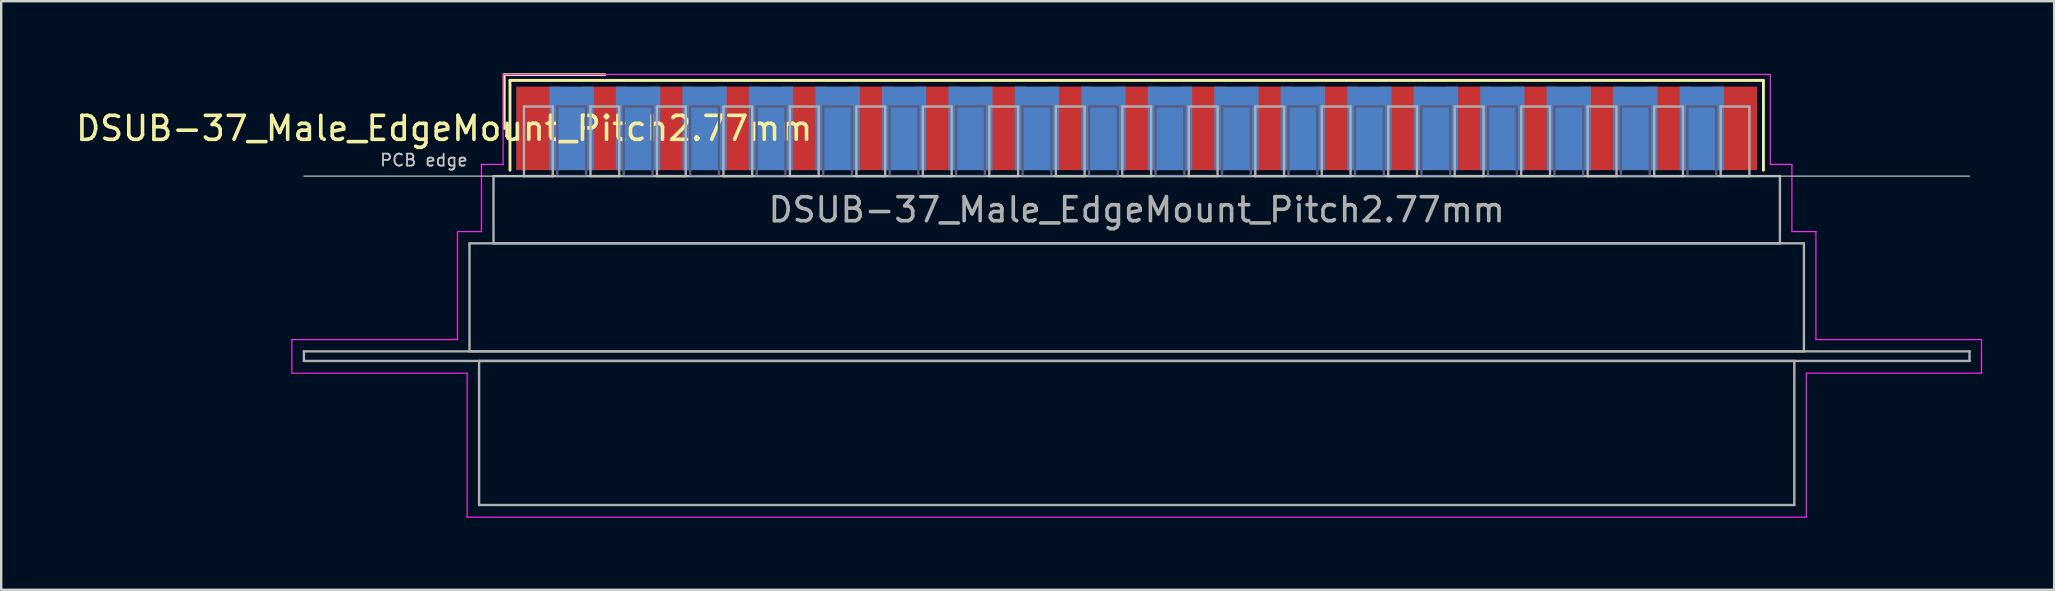
<source format=kicad_pcb>
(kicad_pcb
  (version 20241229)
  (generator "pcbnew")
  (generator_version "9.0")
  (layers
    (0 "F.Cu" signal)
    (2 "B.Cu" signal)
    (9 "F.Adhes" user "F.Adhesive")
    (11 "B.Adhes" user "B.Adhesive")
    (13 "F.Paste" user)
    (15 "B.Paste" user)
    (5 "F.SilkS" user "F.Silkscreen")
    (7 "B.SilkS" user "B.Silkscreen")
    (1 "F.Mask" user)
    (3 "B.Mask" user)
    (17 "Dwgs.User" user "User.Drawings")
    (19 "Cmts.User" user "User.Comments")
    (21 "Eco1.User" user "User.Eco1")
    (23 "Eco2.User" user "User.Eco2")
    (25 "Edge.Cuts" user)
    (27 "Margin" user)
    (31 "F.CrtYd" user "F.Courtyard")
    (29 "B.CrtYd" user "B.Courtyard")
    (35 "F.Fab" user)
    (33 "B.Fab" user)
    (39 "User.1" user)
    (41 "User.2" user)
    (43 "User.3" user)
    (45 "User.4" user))
  (footprint "DSUB-37_Male_EdgeMount_Pitch2.77mm"
    (layer "F.Cu")
    (at 44.312 2.3)
    (property "Reference" "DSUB-37_Male_EdgeMount_Pitch2.77mm" (at -28.853 0 0) (layer "F.SilkS") (effects (font (size 1 1) (thickness 0.15))))
    (attr smd)
    (fp_line (start -26.353 -2.24) (end -22.16 -2.24) (stroke (width 0.12) (type solid)) (layer "F.SilkS"))
    (fp_line (start -26.353 0) (end -26.353 -2.24) (stroke (width 0.12) (type solid)) (layer "F.SilkS"))
    (fp_line (start -26.113 -2) (end -26.113 1.74) (stroke (width 0.12) (type solid)) (layer "F.SilkS"))
    (fp_line (start 26.113 -2) (end -26.113 -2) (stroke (width 0.12) (type solid)) (layer "F.SilkS"))
    (fp_line (start 26.113 1.74) (end 26.113 -2) (stroke (width 0.12) (type solid)) (layer "F.SilkS"))
    (fp_line (start -34.7 1.99) (end 34.7 1.99) (stroke (width 0.05) (type solid)) (layer "Dwgs.User"))
    (fp_line (start -35.2 8.8) (end -28.3 8.8) (stroke (width 0.05) (type solid)) (layer "F.CrtYd"))
    (fp_line (start -35.2 10.2) (end -35.2 8.8) (stroke (width 0.05) (type solid)) (layer "F.CrtYd"))
    (fp_line (start -28.3 4.3) (end -27.3 4.3) (stroke (width 0.05) (type solid)) (layer "F.CrtYd"))
    (fp_line (start -28.3 8.8) (end -28.3 4.3) (stroke (width 0.05) (type solid)) (layer "F.CrtYd"))
    (fp_line (start -27.9 10.2) (end -35.2 10.2) (stroke (width 0.05) (type solid)) (layer "F.CrtYd"))
    (fp_line (start -27.9 16.2) (end -27.9 10.2) (stroke (width 0.05) (type solid)) (layer "F.CrtYd"))
    (fp_line (start -27.3 1.5) (end -26.4 1.5) (stroke (width 0.05) (type solid)) (layer "F.CrtYd"))
    (fp_line (start -27.3 4.3) (end -27.3 1.5) (stroke (width 0.05) (type solid)) (layer "F.CrtYd"))
    (fp_line (start -26.4 -2.25) (end 26.4 -2.25) (stroke (width 0.05) (type solid)) (layer "F.CrtYd"))
    (fp_line (start -26.4 1.5) (end -26.4 -2.25) (stroke (width 0.05) (type solid)) (layer "F.CrtYd"))
    (fp_line (start 26.4 -2.25) (end 26.4 1.5) (stroke (width 0.05) (type solid)) (layer "F.CrtYd"))
    (fp_line (start 26.4 1.5) (end 27.3 1.5) (stroke (width 0.05) (type solid)) (layer "F.CrtYd"))
    (fp_line (start 27.3 1.5) (end 27.3 4.3) (stroke (width 0.05) (type solid)) (layer "F.CrtYd"))
    (fp_line (start 27.3 4.3) (end 28.3 4.3) (stroke (width 0.05) (type solid)) (layer "F.CrtYd"))
    (fp_line (start 27.9 10.2) (end 27.9 16.2) (stroke (width 0.05) (type solid)) (layer "F.CrtYd"))
    (fp_line (start 27.9 16.2) (end -27.9 16.2) (stroke (width 0.05) (type solid)) (layer "F.CrtYd"))
    (fp_line (start 28.3 4.3) (end 28.3 8.8) (stroke (width 0.05) (type solid)) (layer "F.CrtYd"))
    (fp_line (start 28.3 8.8) (end 35.2 8.8) (stroke (width 0.05) (type solid)) (layer "F.CrtYd"))
    (fp_line (start 35.2 8.8) (end 35.2 10.2) (stroke (width 0.05) (type solid)) (layer "F.CrtYd"))
    (fp_line (start 35.2 10.2) (end 27.9 10.2) (stroke (width 0.05) (type solid)) (layer "F.CrtYd"))
    (fp_line (start -24.145 -0.91) (end -24.145 1.99) (stroke (width 0.1) (type solid)) (layer "B.Fab"))
    (fp_line (start -24.145 1.99) (end -22.945 1.99) (stroke (width 0.1) (type solid)) (layer "B.Fab"))
    (fp_line (start -22.945 -0.91) (end -24.145 -0.91) (stroke (width 0.1) (type solid)) (layer "B.Fab"))
    (fp_line (start -22.945 1.99) (end -22.945 -0.91) (stroke (width 0.1) (type solid)) (layer "B.Fab"))
    (fp_line (start -21.375 -0.91) (end -21.375 1.99) (stroke (width 0.1) (type solid)) (layer "B.Fab"))
    (fp_line (start -21.375 1.99) (end -20.175 1.99) (stroke (width 0.1) (type solid)) (layer "B.Fab"))
    (fp_line (start -20.175 -0.91) (end -21.375 -0.91) (stroke (width 0.1) (type solid)) (layer "B.Fab"))
    (fp_line (start -20.175 1.99) (end -20.175 -0.91) (stroke (width 0.1) (type solid)) (layer "B.Fab"))
    (fp_line (start -18.605 -0.91) (end -18.605 1.99) (stroke (width 0.1) (type solid)) (layer "B.Fab"))
    (fp_line (start -18.605 1.99) (end -17.405 1.99) (stroke (width 0.1) (type solid)) (layer "B.Fab"))
    (fp_line (start -17.405 -0.91) (end -18.605 -0.91) (stroke (width 0.1) (type solid)) (layer "B.Fab"))
    (fp_line (start -17.405 1.99) (end -17.405 -0.91) (stroke (width 0.1) (type solid)) (layer "B.Fab"))
    (fp_line (start -15.835 -0.91) (end -15.835 1.99) (stroke (width 0.1) (type solid)) (layer "B.Fab"))
    (fp_line (start -15.835 1.99) (end -14.635 1.99) (stroke (width 0.1) (type solid)) (layer "B.Fab"))
    (fp_line (start -14.635 -0.91) (end -15.835 -0.91) (stroke (width 0.1) (type solid)) (layer "B.Fab"))
    (fp_line (start -14.635 1.99) (end -14.635 -0.91) (stroke (width 0.1) (type solid)) (layer "B.Fab"))
    (fp_line (start -13.065 -0.91) (end -13.065 1.99) (stroke (width 0.1) (type solid)) (layer "B.Fab"))
    (fp_line (start -13.065 1.99) (end -11.865 1.99) (stroke (width 0.1) (type solid)) (layer "B.Fab"))
    (fp_line (start -11.865 -0.91) (end -13.065 -0.91) (stroke (width 0.1) (type solid)) (layer "B.Fab"))
    (fp_line (start -11.865 1.99) (end -11.865 -0.91) (stroke (width 0.1) (type solid)) (layer "B.Fab"))
    (fp_line (start -10.295 -0.91) (end -10.295 1.99) (stroke (width 0.1) (type solid)) (layer "B.Fab"))
    (fp_line (start -10.295 1.99) (end -9.095 1.99) (stroke (width 0.1) (type solid)) (layer "B.Fab"))
    (fp_line (start -9.095 -0.91) (end -10.295 -0.91) (stroke (width 0.1) (type solid)) (layer "B.Fab"))
    (fp_line (start -9.095 1.99) (end -9.095 -0.91) (stroke (width 0.1) (type solid)) (layer "B.Fab"))
    (fp_line (start -7.525 -0.91) (end -7.525 1.99) (stroke (width 0.1) (type solid)) (layer "B.Fab"))
    (fp_line (start -7.525 1.99) (end -6.325 1.99) (stroke (width 0.1) (type solid)) (layer "B.Fab"))
    (fp_line (start -6.325 -0.91) (end -7.525 -0.91) (stroke (width 0.1) (type solid)) (layer "B.Fab"))
    (fp_line (start -6.325 1.99) (end -6.325 -0.91) (stroke (width 0.1) (type solid)) (layer "B.Fab"))
    (fp_line (start -4.755 -0.91) (end -4.755 1.99) (stroke (width 0.1) (type solid)) (layer "B.Fab"))
    (fp_line (start -4.755 1.99) (end -3.555 1.99) (stroke (width 0.1) (type solid)) (layer "B.Fab"))
    (fp_line (start -3.555 -0.91) (end -4.755 -0.91) (stroke (width 0.1) (type solid)) (layer "B.Fab"))
    (fp_line (start -3.555 1.99) (end -3.555 -0.91) (stroke (width 0.1) (type solid)) (layer "B.Fab"))
    (fp_line (start -1.985 -0.91) (end -1.985 1.99) (stroke (width 0.1) (type solid)) (layer "B.Fab"))
    (fp_line (start -1.985 1.99) (end -0.785 1.99) (stroke (width 0.1) (type solid)) (layer "B.Fab"))
    (fp_line (start -0.785 -0.91) (end -1.985 -0.91) (stroke (width 0.1) (type solid)) (layer "B.Fab"))
    (fp_line (start -0.785 1.99) (end -0.785 -0.91) (stroke (width 0.1) (type solid)) (layer "B.Fab"))
    (fp_line (start 0.785 -0.91) (end 0.785 1.99) (stroke (width 0.1) (type solid)) (layer "B.Fab"))
    (fp_line (start 0.785 1.99) (end 1.985 1.99) (stroke (width 0.1) (type solid)) (layer "B.Fab"))
    (fp_line (start 1.985 -0.91) (end 0.785 -0.91) (stroke (width 0.1) (type solid)) (layer "B.Fab"))
    (fp_line (start 1.985 1.99) (end 1.985 -0.91) (stroke (width 0.1) (type solid)) (layer "B.Fab"))
    (fp_line (start 3.555 -0.91) (end 3.555 1.99) (stroke (width 0.1) (type solid)) (layer "B.Fab"))
    (fp_line (start 3.555 1.99) (end 4.755 1.99) (stroke (width 0.1) (type solid)) (layer "B.Fab"))
    (fp_line (start 4.755 -0.91) (end 3.555 -0.91) (stroke (width 0.1) (type solid)) (layer "B.Fab"))
    (fp_line (start 4.755 1.99) (end 4.755 -0.91) (stroke (width 0.1) (type solid)) (layer "B.Fab"))
    (fp_line (start 6.325 -0.91) (end 6.325 1.99) (stroke (width 0.1) (type solid)) (layer "B.Fab"))
    (fp_line (start 6.325 1.99) (end 7.525 1.99) (stroke (width 0.1) (type solid)) (layer "B.Fab"))
    (fp_line (start 7.525 -0.91) (end 6.325 -0.91) (stroke (width 0.1) (type solid)) (layer "B.Fab"))
    (fp_line (start 7.525 1.99) (end 7.525 -0.91) (stroke (width 0.1) (type solid)) (layer "B.Fab"))
    (fp_line (start 9.095 -0.91) (end 9.095 1.99) (stroke (width 0.1) (type solid)) (layer "B.Fab"))
    (fp_line (start 9.095 1.99) (end 10.295 1.99) (stroke (width 0.1) (type solid)) (layer "B.Fab"))
    (fp_line (start 10.295 -0.91) (end 9.095 -0.91) (stroke (width 0.1) (type solid)) (layer "B.Fab"))
    (fp_line (start 10.295 1.99) (end 10.295 -0.91) (stroke (width 0.1) (type solid)) (layer "B.Fab"))
    (fp_line (start 11.865 -0.91) (end 11.865 1.99) (stroke (width 0.1) (type solid)) (layer "B.Fab"))
    (fp_line (start 11.865 1.99) (end 13.065 1.99) (stroke (width 0.1) (type solid)) (layer "B.Fab"))
    (fp_line (start 13.065 -0.91) (end 11.865 -0.91) (stroke (width 0.1) (type solid)) (layer "B.Fab"))
    (fp_line (start 13.065 1.99) (end 13.065 -0.91) (stroke (width 0.1) (type solid)) (layer "B.Fab"))
    (fp_line (start 14.635 -0.91) (end 14.635 1.99) (stroke (width 0.1) (type solid)) (layer "B.Fab"))
    (fp_line (start 14.635 1.99) (end 15.835 1.99) (stroke (width 0.1) (type solid)) (layer "B.Fab"))
    (fp_line (start 15.835 -0.91) (end 14.635 -0.91) (stroke (width 0.1) (type solid)) (layer "B.Fab"))
    (fp_line (start 15.835 1.99) (end 15.835 -0.91) (stroke (width 0.1) (type solid)) (layer "B.Fab"))
    (fp_line (start 17.405 -0.91) (end 17.405 1.99) (stroke (width 0.1) (type solid)) (layer "B.Fab"))
    (fp_line (start 17.405 1.99) (end 18.605 1.99) (stroke (width 0.1) (type solid)) (layer "B.Fab"))
    (fp_line (start 18.605 -0.91) (end 17.405 -0.91) (stroke (width 0.1) (type solid)) (layer "B.Fab"))
    (fp_line (start 18.605 1.99) (end 18.605 -0.91) (stroke (width 0.1) (type solid)) (layer "B.Fab"))
    (fp_line (start 20.175 -0.91) (end 20.175 1.99) (stroke (width 0.1) (type solid)) (layer "B.Fab"))
    (fp_line (start 20.175 1.99) (end 21.375 1.99) (stroke (width 0.1) (type solid)) (layer "B.Fab"))
    (fp_line (start 21.375 -0.91) (end 20.175 -0.91) (stroke (width 0.1) (type solid)) (layer "B.Fab"))
    (fp_line (start 21.375 1.99) (end 21.375 -0.91) (stroke (width 0.1) (type solid)) (layer "B.Fab"))
    (fp_line (start 22.945 -0.91) (end 22.945 1.99) (stroke (width 0.1) (type solid)) (layer "B.Fab"))
    (fp_line (start 22.945 1.99) (end 24.145 1.99) (stroke (width 0.1) (type solid)) (layer "B.Fab"))
    (fp_line (start 24.145 -0.91) (end 22.945 -0.91) (stroke (width 0.1) (type solid)) (layer "B.Fab"))
    (fp_line (start 24.145 1.99) (end 24.145 -0.91) (stroke (width 0.1) (type solid)) (layer "B.Fab"))
    (fp_line (start -34.7 9.29) (end -34.7 9.69) (stroke (width 0.1) (type solid)) (layer "F.Fab"))
    (fp_line (start -34.7 9.69) (end 34.7 9.69) (stroke (width 0.1) (type solid)) (layer "F.Fab"))
    (fp_line (start -27.8 4.79) (end -27.8 9.29) (stroke (width 0.1) (type solid)) (layer "F.Fab"))
    (fp_line (start -27.8 9.29) (end 27.8 9.29) (stroke (width 0.1) (type solid)) (layer "F.Fab"))
    (fp_line (start -27.4 9.69) (end -27.4 15.69) (stroke (width 0.1) (type solid)) (layer "F.Fab"))
    (fp_line (start -27.4 15.69) (end 27.4 15.69) (stroke (width 0.1) (type solid)) (layer "F.Fab"))
    (fp_line (start -26.8 1.99) (end -26.8 4.79) (stroke (width 0.1) (type solid)) (layer "F.Fab"))
    (fp_line (start -26.8 4.79) (end 26.8 4.79) (stroke (width 0.1) (type solid)) (layer "F.Fab"))
    (fp_line (start -25.53 -0.91) (end -25.53 1.99) (stroke (width 0.1) (type solid)) (layer "F.Fab"))
    (fp_line (start -25.53 1.99) (end -24.33 1.99) (stroke (width 0.1) (type solid)) (layer "F.Fab"))
    (fp_line (start -24.33 -0.91) (end -25.53 -0.91) (stroke (width 0.1) (type solid)) (layer "F.Fab"))
    (fp_line (start -24.33 1.99) (end -24.33 -0.91) (stroke (width 0.1) (type solid)) (layer "F.Fab"))
    (fp_line (start -22.76 -0.91) (end -22.76 1.99) (stroke (width 0.1) (type solid)) (layer "F.Fab"))
    (fp_line (start -22.76 1.99) (end -21.56 1.99) (stroke (width 0.1) (type solid)) (layer "F.Fab"))
    (fp_line (start -21.56 -0.91) (end -22.76 -0.91) (stroke (width 0.1) (type solid)) (layer "F.Fab"))
    (fp_line (start -21.56 1.99) (end -21.56 -0.91) (stroke (width 0.1) (type solid)) (layer "F.Fab"))
    (fp_line (start -19.99 -0.91) (end -19.99 1.99) (stroke (width 0.1) (type solid)) (layer "F.Fab"))
    (fp_line (start -19.99 1.99) (end -18.79 1.99) (stroke (width 0.1) (type solid)) (layer "F.Fab"))
    (fp_line (start -18.79 -0.91) (end -19.99 -0.91) (stroke (width 0.1) (type solid)) (layer "F.Fab"))
    (fp_line (start -18.79 1.99) (end -18.79 -0.91) (stroke (width 0.1) (type solid)) (layer "F.Fab"))
    (fp_line (start -17.22 -0.91) (end -17.22 1.99) (stroke (width 0.1) (type solid)) (layer "F.Fab"))
    (fp_line (start -17.22 1.99) (end -16.02 1.99) (stroke (width 0.1) (type solid)) (layer "F.Fab"))
    (fp_line (start -16.02 -0.91) (end -17.22 -0.91) (stroke (width 0.1) (type solid)) (layer "F.Fab"))
    (fp_line (start -16.02 1.99) (end -16.02 -0.91) (stroke (width 0.1) (type solid)) (layer "F.Fab"))
    (fp_line (start -14.45 -0.91) (end -14.45 1.99) (stroke (width 0.1) (type solid)) (layer "F.Fab"))
    (fp_line (start -14.45 1.99) (end -13.25 1.99) (stroke (width 0.1) (type solid)) (layer "F.Fab"))
    (fp_line (start -13.25 -0.91) (end -14.45 -0.91) (stroke (width 0.1) (type solid)) (layer "F.Fab"))
    (fp_line (start -13.25 1.99) (end -13.25 -0.91) (stroke (width 0.1) (type solid)) (layer "F.Fab"))
    (fp_line (start -11.68 -0.91) (end -11.68 1.99) (stroke (width 0.1) (type solid)) (layer "F.Fab"))
    (fp_line (start -11.68 1.99) (end -10.48 1.99) (stroke (width 0.1) (type solid)) (layer "F.Fab"))
    (fp_line (start -10.48 -0.91) (end -11.68 -0.91) (stroke (width 0.1) (type solid)) (layer "F.Fab"))
    (fp_line (start -10.48 1.99) (end -10.48 -0.91) (stroke (width 0.1) (type solid)) (layer "F.Fab"))
    (fp_line (start -8.91 -0.91) (end -8.91 1.99) (stroke (width 0.1) (type solid)) (layer "F.Fab"))
    (fp_line (start -8.91 1.99) (end -7.71 1.99) (stroke (width 0.1) (type solid)) (layer "F.Fab"))
    (fp_line (start -7.71 -0.91) (end -8.91 -0.91) (stroke (width 0.1) (type solid)) (layer "F.Fab"))
    (fp_line (start -7.71 1.99) (end -7.71 -0.91) (stroke (width 0.1) (type solid)) (layer "F.Fab"))
    (fp_line (start -6.14 -0.91) (end -6.14 1.99) (stroke (width 0.1) (type solid)) (layer "F.Fab"))
    (fp_line (start -6.14 1.99) (end -4.94 1.99) (stroke (width 0.1) (type solid)) (layer "F.Fab"))
    (fp_line (start -4.94 -0.91) (end -6.14 -0.91) (stroke (width 0.1) (type solid)) (layer "F.Fab"))
    (fp_line (start -4.94 1.99) (end -4.94 -0.91) (stroke (width 0.1) (type solid)) (layer "F.Fab"))
    (fp_line (start -3.37 -0.91) (end -3.37 1.99) (stroke (width 0.1) (type solid)) (layer "F.Fab"))
    (fp_line (start -3.37 1.99) (end -2.17 1.99) (stroke (width 0.1) (type solid)) (layer "F.Fab"))
    (fp_line (start -2.17 -0.91) (end -3.37 -0.91) (stroke (width 0.1) (type solid)) (layer "F.Fab"))
    (fp_line (start -2.17 1.99) (end -2.17 -0.91) (stroke (width 0.1) (type solid)) (layer "F.Fab"))
    (fp_line (start -0.6 -0.91) (end -0.6 1.99) (stroke (width 0.1) (type solid)) (layer "F.Fab"))
    (fp_line (start -0.6 1.99) (end 0.6 1.99) (stroke (width 0.1) (type solid)) (layer "F.Fab"))
    (fp_line (start 0.6 -0.91) (end -0.6 -0.91) (stroke (width 0.1) (type solid)) (layer "F.Fab"))
    (fp_line (start 0.6 1.99) (end 0.6 -0.91) (stroke (width 0.1) (type solid)) (layer "F.Fab"))
    (fp_line (start 2.17 -0.91) (end 2.17 1.99) (stroke (width 0.1) (type solid)) (layer "F.Fab"))
    (fp_line (start 2.17 1.99) (end 3.37 1.99) (stroke (width 0.1) (type solid)) (layer "F.Fab"))
    (fp_line (start 3.37 -0.91) (end 2.17 -0.91) (stroke (width 0.1) (type solid)) (layer "F.Fab"))
    (fp_line (start 3.37 1.99) (end 3.37 -0.91) (stroke (width 0.1) (type solid)) (layer "F.Fab"))
    (fp_line (start 4.94 -0.91) (end 4.94 1.99) (stroke (width 0.1) (type solid)) (layer "F.Fab"))
    (fp_line (start 4.94 1.99) (end 6.14 1.99) (stroke (width 0.1) (type solid)) (layer "F.Fab"))
    (fp_line (start 6.14 -0.91) (end 4.94 -0.91) (stroke (width 0.1) (type solid)) (layer "F.Fab"))
    (fp_line (start 6.14 1.99) (end 6.14 -0.91) (stroke (width 0.1) (type solid)) (layer "F.Fab"))
    (fp_line (start 7.71 -0.91) (end 7.71 1.99) (stroke (width 0.1) (type solid)) (layer "F.Fab"))
    (fp_line (start 7.71 1.99) (end 8.91 1.99) (stroke (width 0.1) (type solid)) (layer "F.Fab"))
    (fp_line (start 8.91 -0.91) (end 7.71 -0.91) (stroke (width 0.1) (type solid)) (layer "F.Fab"))
    (fp_line (start 8.91 1.99) (end 8.91 -0.91) (stroke (width 0.1) (type solid)) (layer "F.Fab"))
    (fp_line (start 10.48 -0.91) (end 10.48 1.99) (stroke (width 0.1) (type solid)) (layer "F.Fab"))
    (fp_line (start 10.48 1.99) (end 11.68 1.99) (stroke (width 0.1) (type solid)) (layer "F.Fab"))
    (fp_line (start 11.68 -0.91) (end 10.48 -0.91) (stroke (width 0.1) (type solid)) (layer "F.Fab"))
    (fp_line (start 11.68 1.99) (end 11.68 -0.91) (stroke (width 0.1) (type solid)) (layer "F.Fab"))
    (fp_line (start 13.25 -0.91) (end 13.25 1.99) (stroke (width 0.1) (type solid)) (layer "F.Fab"))
    (fp_line (start 13.25 1.99) (end 14.45 1.99) (stroke (width 0.1) (type solid)) (layer "F.Fab"))
    (fp_line (start 14.45 -0.91) (end 13.25 -0.91) (stroke (width 0.1) (type solid)) (layer "F.Fab"))
    (fp_line (start 14.45 1.99) (end 14.45 -0.91) (stroke (width 0.1) (type solid)) (layer "F.Fab"))
    (fp_line (start 16.02 -0.91) (end 16.02 1.99) (stroke (width 0.1) (type solid)) (layer "F.Fab"))
    (fp_line (start 16.02 1.99) (end 17.22 1.99) (stroke (width 0.1) (type solid)) (layer "F.Fab"))
    (fp_line (start 17.22 -0.91) (end 16.02 -0.91) (stroke (width 0.1) (type solid)) (layer "F.Fab"))
    (fp_line (start 17.22 1.99) (end 17.22 -0.91) (stroke (width 0.1) (type solid)) (layer "F.Fab"))
    (fp_line (start 18.79 -0.91) (end 18.79 1.99) (stroke (width 0.1) (type solid)) (layer "F.Fab"))
    (fp_line (start 18.79 1.99) (end 19.99 1.99) (stroke (width 0.1) (type solid)) (layer "F.Fab"))
    (fp_line (start 19.99 -0.91) (end 18.79 -0.91) (stroke (width 0.1) (type solid)) (layer "F.Fab"))
    (fp_line (start 19.99 1.99) (end 19.99 -0.91) (stroke (width 0.1) (type solid)) (layer "F.Fab"))
    (fp_line (start 21.56 -0.91) (end 21.56 1.99) (stroke (width 0.1) (type solid)) (layer "F.Fab"))
    (fp_line (start 21.56 1.99) (end 22.76 1.99) (stroke (width 0.1) (type solid)) (layer "F.Fab"))
    (fp_line (start 22.76 -0.91) (end 21.56 -0.91) (stroke (width 0.1) (type solid)) (layer "F.Fab"))
    (fp_line (start 22.76 1.99) (end 22.76 -0.91) (stroke (width 0.1) (type solid)) (layer "F.Fab"))
    (fp_line (start 24.33 -0.91) (end 24.33 1.99) (stroke (width 0.1) (type solid)) (layer "F.Fab"))
    (fp_line (start 24.33 1.99) (end 25.53 1.99) (stroke (width 0.1) (type solid)) (layer "F.Fab"))
    (fp_line (start 25.53 -0.91) (end 24.33 -0.91) (stroke (width 0.1) (type solid)) (layer "F.Fab"))
    (fp_line (start 25.53 1.99) (end 25.53 -0.91) (stroke (width 0.1) (type solid)) (layer "F.Fab"))
    (fp_line (start 26.8 1.99) (end -26.8 1.99) (stroke (width 0.1) (type solid)) (layer "F.Fab"))
    (fp_line (start 26.8 4.79) (end 26.8 1.99) (stroke (width 0.1) (type solid)) (layer "F.Fab"))
    (fp_line (start 27.4 9.69) (end -27.4 9.69) (stroke (width 0.1) (type solid)) (layer "F.Fab"))
    (fp_line (start 27.4 15.69) (end 27.4 9.69) (stroke (width 0.1) (type solid)) (layer "F.Fab"))
    (fp_line (start 27.8 4.79) (end -27.8 4.79) (stroke (width 0.1) (type solid)) (layer "F.Fab"))
    (fp_line (start 27.8 9.29) (end 27.8 4.79) (stroke (width 0.1) (type solid)) (layer "F.Fab"))
    (fp_line (start 34.7 9.29) (end -34.7 9.29) (stroke (width 0.1) (type solid)) (layer "F.Fab"))
    (fp_line (start 34.7 9.69) (end 34.7 9.29) (stroke (width 0.1) (type solid)) (layer "F.Fab"))
    (fp_text user "PCB edge" (at -29.7 1.323 0) (layer "Dwgs.User") (effects (font (size 0.5 0.5) (thickness 0.075))))
    (fp_text user "${REFERENCE}" (at 0 3.39 0) (layer "F.Fab") (effects (font (size 1 1) (thickness 0.15))))
    (pad "1" smd rect (at -24.93 0) (size 1.847 3.48) (layers "F.Cu" "F.Mask" "F.Paste"))
    (pad "2" smd rect (at -22.16 0) (size 1.847 3.48) (layers "F.Cu" "F.Mask" "F.Paste"))
    (pad "3" smd rect (at -19.39 0) (size 1.847 3.48) (layers "F.Cu" "F.Mask" "F.Paste"))
    (pad "4" smd rect (at -16.62 0) (size 1.847 3.48) (layers "F.Cu" "F.Mask" "F.Paste"))
    (pad "5" smd rect (at -13.85 0) (size 1.847 3.48) (layers "F.Cu" "F.Mask" "F.Paste"))
    (pad "6" smd rect (at -11.08 0) (size 1.847 3.48) (layers "F.Cu" "F.Mask" "F.Paste"))
    (pad "7" smd rect (at -8.31 0) (size 1.847 3.48) (layers "F.Cu" "F.Mask" "F.Paste"))
    (pad "8" smd rect (at -5.54 0) (size 1.847 3.48) (layers "F.Cu" "F.Mask" "F.Paste"))
    (pad "9" smd rect (at -2.77 0) (size 1.847 3.48) (layers "F.Cu" "F.Mask" "F.Paste"))
    (pad "10" smd rect (at 0 0) (size 1.847 3.48) (layers "F.Cu" "F.Mask" "F.Paste"))
    (pad "11" smd rect (at 2.77 0) (size 1.847 3.48) (layers "F.Cu" "F.Mask" "F.Paste"))
    (pad "12" smd rect (at 5.54 0) (size 1.847 3.48) (layers "F.Cu" "F.Mask" "F.Paste"))
    (pad "13" smd rect (at 8.31 0) (size 1.847 3.48) (layers "F.Cu" "F.Mask" "F.Paste"))
    (pad "14" smd rect (at 11.08 0) (size 1.847 3.48) (layers "F.Cu" "F.Mask" "F.Paste"))
    (pad "15" smd rect (at 13.85 0) (size 1.847 3.48) (layers "F.Cu" "F.Mask" "F.Paste"))
    (pad "16" smd rect (at 16.62 0) (size 1.847 3.48) (layers "F.Cu" "F.Mask" "F.Paste"))
    (pad "17" smd rect (at 19.39 0) (size 1.847 3.48) (layers "F.Cu" "F.Mask" "F.Paste"))
    (pad "18" smd rect (at 22.16 0) (size 1.847 3.48) (layers "F.Cu" "F.Mask" "F.Paste"))
    (pad "19" smd rect (at 24.93 0) (size 1.847 3.48) (layers "F.Cu" "F.Mask" "F.Paste"))
    (pad "20" smd rect (at -23.545 0) (size 1.847 3.48) (layers "B.Cu" "B.Mask" "B.Paste"))
    (pad "21" smd rect (at -20.775 0) (size 1.847 3.48) (layers "B.Cu" "B.Mask" "B.Paste"))
    (pad "22" smd rect (at -18.005 0) (size 1.847 3.48) (layers "B.Cu" "B.Mask" "B.Paste"))
    (pad "23" smd rect (at -15.235 0) (size 1.847 3.48) (layers "B.Cu" "B.Mask" "B.Paste"))
    (pad "24" smd rect (at -12.465 0) (size 1.847 3.48) (layers "B.Cu" "B.Mask" "B.Paste"))
    (pad "25" smd rect (at -9.695 0) (size 1.847 3.48) (layers "B.Cu" "B.Mask" "B.Paste"))
    (pad "26" smd rect (at -6.925 0) (size 1.847 3.48) (layers "B.Cu" "B.Mask" "B.Paste"))
    (pad "27" smd rect (at -4.155 0) (size 1.847 3.48) (layers "B.Cu" "B.Mask" "B.Paste"))
    (pad "28" smd rect (at -1.385 0) (size 1.847 3.48) (layers "B.Cu" "B.Mask" "B.Paste"))
    (pad "29" smd rect (at 1.385 0) (size 1.847 3.48) (layers "B.Cu" "B.Mask" "B.Paste"))
    (pad "30" smd rect (at 4.155 0) (size 1.847 3.48) (layers "B.Cu" "B.Mask" "B.Paste"))
    (pad "31" smd rect (at 6.925 0) (size 1.847 3.48) (layers "B.Cu" "B.Mask" "B.Paste"))
    (pad "32" smd rect (at 9.695 0) (size 1.847 3.48) (layers "B.Cu" "B.Mask" "B.Paste"))
    (pad "33" smd rect (at 12.465 0) (size 1.847 3.48) (layers "B.Cu" "B.Mask" "B.Paste"))
    (pad "34" smd rect (at 15.235 0) (size 1.847 3.48) (layers "B.Cu" "B.Mask" "B.Paste"))
    (pad "35" smd rect (at 18.005 0) (size 1.847 3.48) (layers "B.Cu" "B.Mask" "B.Paste"))
    (pad "36" smd rect (at 20.775 0) (size 1.847 3.48) (layers "B.Cu" "B.Mask" "B.Paste"))
    (pad "37" smd rect (at 23.545 0) (size 1.847 3.48) (layers "B.Cu" "B.Mask" "B.Paste")))
  (gr_rect
    (start -3 -3)
    (end 82.537 21.525)
    (stroke (width 0.1) (type default))
    (fill no)
    (layer "Edge.Cuts")))
</source>
